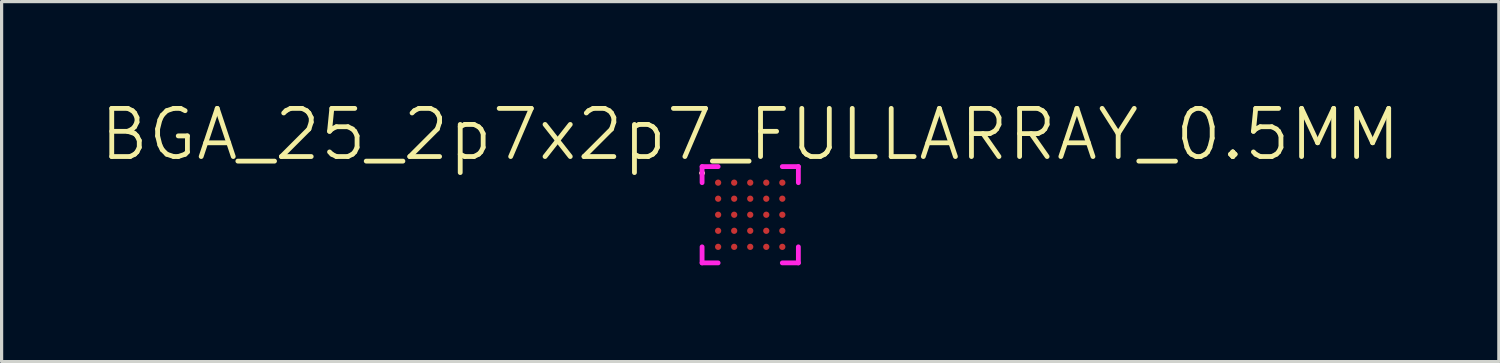
<source format=kicad_pcb>
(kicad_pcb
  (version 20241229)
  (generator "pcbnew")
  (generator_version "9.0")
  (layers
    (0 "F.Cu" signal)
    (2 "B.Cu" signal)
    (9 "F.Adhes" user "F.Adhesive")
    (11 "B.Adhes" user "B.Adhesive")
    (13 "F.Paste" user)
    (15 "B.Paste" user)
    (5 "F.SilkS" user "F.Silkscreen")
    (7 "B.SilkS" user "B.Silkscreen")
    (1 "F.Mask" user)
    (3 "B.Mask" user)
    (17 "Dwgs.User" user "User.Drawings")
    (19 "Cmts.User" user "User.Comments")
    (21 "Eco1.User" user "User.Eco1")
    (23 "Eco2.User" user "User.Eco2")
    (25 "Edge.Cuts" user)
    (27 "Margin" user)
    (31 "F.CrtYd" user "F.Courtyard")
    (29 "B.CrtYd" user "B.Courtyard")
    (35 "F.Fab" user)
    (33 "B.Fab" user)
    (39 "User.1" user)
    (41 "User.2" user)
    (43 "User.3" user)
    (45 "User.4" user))
  (footprint "BGA_25_2p7x2p7_FULLARRAY_0.5MM"
    (layer "F.Cu")
    (at 20.325 3.641)
    (property "Reference" "BGA_25_2p7x2p7_FULLARRAY_0.5MM" (at 0 -2.5 0) (layer "F.SilkS") (effects (font (size 1.5 1.5) (thickness 0.15))))
    (attr smd)
    (fp_line (start -1.5 -1.5) (end -1.5 -1) (stroke (width 0.15) (type solid)) (layer "F.CrtYd"))
    (fp_line (start -1.5 1.5) (end -1.5 1) (stroke (width 0.15) (type solid)) (layer "F.CrtYd"))
    (fp_line (start -1 -1.5) (end -1.5 -1.5) (stroke (width 0.15) (type solid)) (layer "F.CrtYd"))
    (fp_line (start -1 1.5) (end -1.5 1.5) (stroke (width 0.15) (type solid)) (layer "F.CrtYd"))
    (fp_line (start 1 -1.5) (end 1.5 -1.5) (stroke (width 0.15) (type solid)) (layer "F.CrtYd"))
    (fp_line (start 1.5 -1.5) (end 1.5 -1) (stroke (width 0.15) (type solid)) (layer "F.CrtYd"))
    (fp_line (start 1.5 1) (end 1.5 1.5) (stroke (width 0.15) (type solid)) (layer "F.CrtYd"))
    (fp_line (start 1.5 1.5) (end 1 1.5) (stroke (width 0.15) (type solid)) (layer "F.CrtYd"))
    (fp_text user "." (at -1.5 -1.5 0) (layer "F.SilkS") (effects (font (size 0.5 0.5) (thickness 0.125))))
    (pad "A1" smd circle (at -1 -1) (size 0.195 0.195) (layers "F.Cu" "F.Mask" "F.Paste"))
    (pad "A2" smd circle (at -0.5 -1) (size 0.195 0.195) (layers "F.Cu" "F.Mask" "F.Paste"))
    (pad "A3" smd circle (at 0 -1) (size 0.195 0.195) (layers "F.Cu" "F.Mask" "F.Paste"))
    (pad "A4" smd circle (at 0.5 -1) (size 0.195 0.195) (layers "F.Cu" "F.Mask" "F.Paste"))
    (pad "A5" smd circle (at 1 -1) (size 0.195 0.195) (layers "F.Cu" "F.Mask" "F.Paste"))
    (pad "B1" smd circle (at -1 -0.5) (size 0.195 0.195) (layers "F.Cu" "F.Mask" "F.Paste"))
    (pad "B2" smd circle (at -0.5 -0.5) (size 0.195 0.195) (layers "F.Cu" "F.Mask" "F.Paste"))
    (pad "B3" smd circle (at 0 -0.5) (size 0.195 0.195) (layers "F.Cu" "F.Mask" "F.Paste"))
    (pad "B4" smd circle (at 0.5 -0.5) (size 0.195 0.195) (layers "F.Cu" "F.Mask" "F.Paste"))
    (pad "B5" smd circle (at 1 -0.5) (size 0.195 0.195) (layers "F.Cu" "F.Mask" "F.Paste"))
    (pad "C1" smd circle (at -1 0) (size 0.195 0.195) (layers "F.Cu" "F.Mask" "F.Paste"))
    (pad "C2" smd circle (at -0.5 0) (size 0.195 0.195) (layers "F.Cu" "F.Mask" "F.Paste"))
    (pad "C3" smd circle (at 0 0) (size 0.195 0.195) (layers "F.Cu" "F.Mask" "F.Paste"))
    (pad "C4" smd circle (at 0.5 0) (size 0.195 0.195) (layers "F.Cu" "F.Mask" "F.Paste"))
    (pad "C5" smd circle (at 1 0) (size 0.195 0.195) (layers "F.Cu" "F.Mask" "F.Paste"))
    (pad "D1" smd circle (at -1 0.5) (size 0.195 0.195) (layers "F.Cu" "F.Mask" "F.Paste"))
    (pad "D2" smd circle (at -0.5 0.5) (size 0.195 0.195) (layers "F.Cu" "F.Mask" "F.Paste"))
    (pad "D3" smd circle (at 0 0.5) (size 0.195 0.195) (layers "F.Cu" "F.Mask" "F.Paste"))
    (pad "D4" smd circle (at 0.5 0.5) (size 0.195 0.195) (layers "F.Cu" "F.Mask" "F.Paste"))
    (pad "D5" smd circle (at 1 0.5) (size 0.195 0.195) (layers "F.Cu" "F.Mask" "F.Paste"))
    (pad "E1" smd circle (at -1 1) (size 0.195 0.195) (layers "F.Cu" "F.Mask" "F.Paste"))
    (pad "E2" smd circle (at -0.5 1) (size 0.195 0.195) (layers "F.Cu" "F.Mask" "F.Paste"))
    (pad "E3" smd circle (at 0 1) (size 0.195 0.195) (layers "F.Cu" "F.Mask" "F.Paste"))
    (pad "E4" smd circle (at 0.5 1) (size 0.195 0.195) (layers "F.Cu" "F.Mask" "F.Paste"))
    (pad "E5" smd circle (at 1 1) (size 0.195 0.195) (layers "F.Cu" "F.Mask" "F.Paste")))
  (gr_rect
    (start -3 -3)
    (end 43.65 8.216)
    (stroke (width 0.1) (type default))
    (fill no)
    (layer "Edge.Cuts")))
</source>
